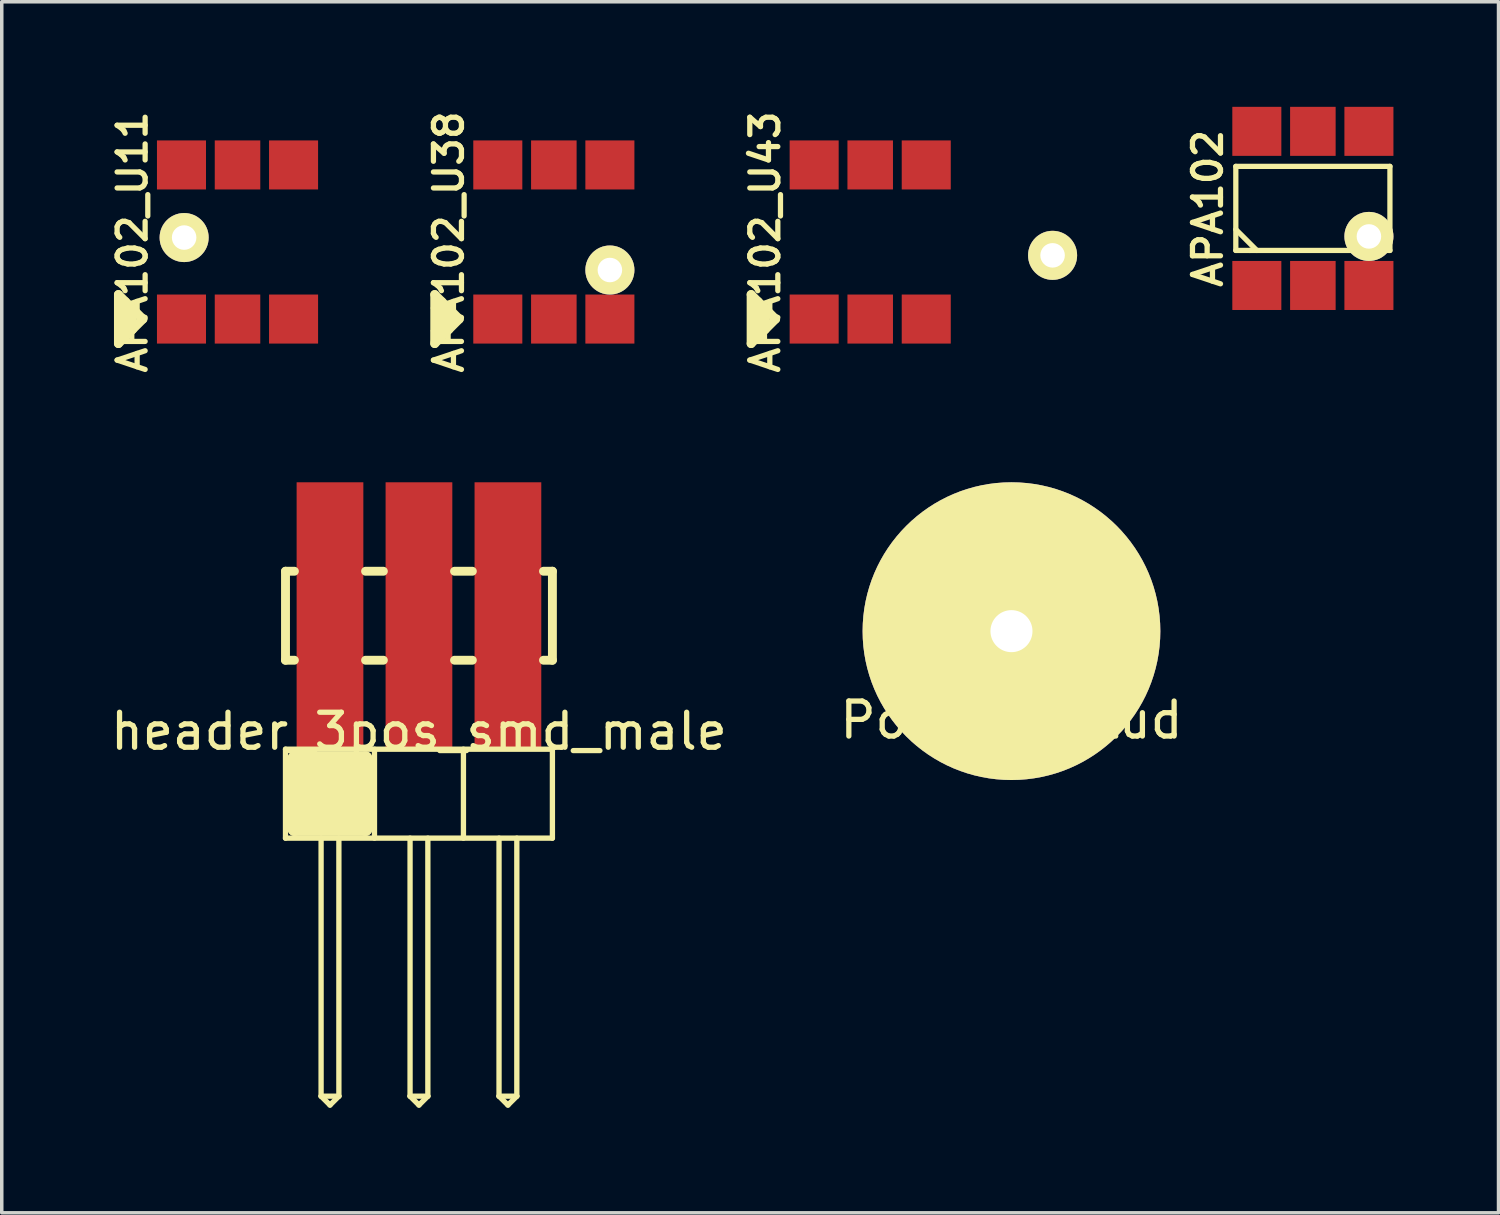
<source format=kicad_pcb>
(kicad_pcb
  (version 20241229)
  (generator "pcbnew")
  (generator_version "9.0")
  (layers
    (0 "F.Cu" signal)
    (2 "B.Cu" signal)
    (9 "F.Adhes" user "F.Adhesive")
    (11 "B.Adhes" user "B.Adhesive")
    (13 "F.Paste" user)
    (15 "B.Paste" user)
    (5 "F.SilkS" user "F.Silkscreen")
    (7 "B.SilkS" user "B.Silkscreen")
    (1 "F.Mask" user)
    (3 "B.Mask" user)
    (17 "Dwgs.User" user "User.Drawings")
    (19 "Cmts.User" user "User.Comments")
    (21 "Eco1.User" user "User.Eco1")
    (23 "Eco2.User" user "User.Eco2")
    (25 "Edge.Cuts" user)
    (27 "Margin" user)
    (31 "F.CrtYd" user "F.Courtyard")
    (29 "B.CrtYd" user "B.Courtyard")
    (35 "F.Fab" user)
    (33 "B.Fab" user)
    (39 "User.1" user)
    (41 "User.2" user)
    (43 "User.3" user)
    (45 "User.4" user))
  (footprint "APA102_U11"
    (layer "F.Cu")
    (at 3.731 3.859)
    (property "Reference" "APA102_U11" (at -3 0 90) (layer "F.SilkS") (effects (font (size 0.8 0.8) (thickness 0.15))))
    (attr through_hole)
    (fp_line (start -3.4 1.5) (end -3.4 2.9) (stroke (width 0.254) (type solid)) (layer "F.SilkS"))
    (fp_line (start -3.4 2.9) (end -2.7 2.2) (stroke (width 0.254) (type solid)) (layer "F.SilkS"))
    (fp_line (start -3.2 1.7) (end -3.2 2.7) (stroke (width 0.254) (type solid)) (layer "F.SilkS"))
    (fp_line (start -3 1.9) (end -3 2.5) (stroke (width 0.254) (type solid)) (layer "F.SilkS"))
    (fp_line (start -2.7 2.2) (end -3.4 1.5) (stroke (width 0.254) (type solid)) (layer "F.SilkS"))
    (pad "1" smd rect (at -1.6 2.2 90) (size 1.4 1.4) (layers "F.Cu" "F.Mask" "F.Paste"))
    (pad "2" smd rect (at 0 2.2 90) (size 1.4 1.3) (layers "F.Cu" "F.Mask" "F.Paste"))
    (pad "3" thru_hole circle (at -1.524 -0.127) (size 1.4 1.4) (drill 0.7) (layers "*.Cu" "*.Mask" "F.SilkS"))
    (pad "3" smd rect (at 1.6 2.2 90) (size 1.4 1.4) (layers "F.Cu" "F.Mask" "F.Paste"))
    (pad "4" smd rect (at 1.6 -2.2 90) (size 1.4 1.4) (layers "F.Cu" "F.Mask" "F.Paste"))
    (pad "5" smd rect (at 0 -2.2 90) (size 1.4 1.3) (layers "F.Cu" "F.Mask" "F.Paste"))
    (pad "6" smd rect (at -1.6 -2.2 90) (size 1.4 1.4) (layers "F.Cu" "F.Mask" "F.Paste")))
  (footprint "APA102"
    (layer "F.Cu")
    (at 34.432 2.9)
    (property "Reference" "APA102" (at -3 0 90) (layer "F.SilkS") (effects (font (size 0.8 0.8) (thickness 0.15))))
    (attr through_hole)
    (fp_line (start -2.2 -1.2) (end -2.2 1.2) (stroke (width 0.15) (type solid)) (layer "F.SilkS"))
    (fp_line (start -2.2 -1.2) (end 2.2 -1.2) (stroke (width 0.15) (type solid)) (layer "F.SilkS"))
    (fp_line (start -2.2 0.6) (end -1.6 1.2) (stroke (width 0.15) (type solid)) (layer "F.SilkS"))
    (fp_line (start -1.8 1.2) (end -2.2 1.2) (stroke (width 0.15) (type solid)) (layer "F.SilkS"))
    (fp_line (start 2.2 -1.2) (end 2.2 1.2) (stroke (width 0.15) (type solid)) (layer "F.SilkS"))
    (fp_line (start 2.2 1.2) (end -1.8 1.2) (stroke (width 0.15) (type solid)) (layer "F.SilkS"))
    (pad "1" smd rect (at -1.6 2.2 90) (size 1.4 1.4) (layers "F.Cu" "F.Mask" "F.Paste"))
    (pad "2" smd rect (at 0 2.2 90) (size 1.4 1.3) (layers "F.Cu" "F.Mask" "F.Paste"))
    (pad "3" thru_hole circle (at 1.6 0.8) (size 1.4 1.4) (drill 0.7) (layers "*.Cu" "*.Mask" "F.SilkS"))
    (pad "3" smd rect (at 1.6 2.2 90) (size 1.4 1.4) (layers "F.Cu" "F.Mask" "F.Paste"))
    (pad "4" smd rect (at 1.6 -2.2 90) (size 1.4 1.4) (layers "F.Cu" "F.Mask" "F.Paste"))
    (pad "5" smd rect (at 0 -2.2 90) (size 1.4 1.3) (layers "F.Cu" "F.Mask" "F.Paste"))
    (pad "6" smd rect (at -1.6 -2.2 90) (size 1.4 1.4) (layers "F.Cu" "F.Mask" "F.Paste")))
  (footprint "APA102_U43"
    (layer "F.Cu")
    (at 21.794 3.859)
    (property "Reference" "APA102_U43" (at -3 0 90) (layer "F.SilkS") (effects (font (size 0.8 0.8) (thickness 0.15))))
    (attr through_hole)
    (fp_line (start -3.4 1.5) (end -3.4 2.9) (stroke (width 0.254) (type solid)) (layer "F.SilkS"))
    (fp_line (start -3.4 2.9) (end -2.7 2.2) (stroke (width 0.254) (type solid)) (layer "F.SilkS"))
    (fp_line (start -3.2 1.7) (end -3.2 2.7) (stroke (width 0.254) (type solid)) (layer "F.SilkS"))
    (fp_line (start -3 1.9) (end -3 2.5) (stroke (width 0.254) (type solid)) (layer "F.SilkS"))
    (fp_line (start -2.7 2.2) (end -3.4 1.5) (stroke (width 0.254) (type solid)) (layer "F.SilkS"))
    (pad "1" smd rect (at -1.6 2.2 90) (size 1.4 1.4) (layers "F.Cu" "F.Mask" "F.Paste"))
    (pad "2" smd rect (at 0 2.2 90) (size 1.4 1.3) (layers "F.Cu" "F.Mask" "F.Paste"))
    (pad "3" smd rect (at 1.6 2.2 90) (size 1.4 1.4) (layers "F.Cu" "F.Mask" "F.Paste"))
    (pad "3" thru_hole circle (at 5.207 0.381) (size 1.4 1.4) (drill 0.7) (layers "*.Cu" "*.Mask" "F.SilkS"))
    (pad "4" smd rect (at 1.6 -2.2 90) (size 1.4 1.4) (layers "F.Cu" "F.Mask" "F.Paste"))
    (pad "5" smd rect (at 0 -2.2 90) (size 1.4 1.3) (layers "F.Cu" "F.Mask" "F.Paste"))
    (pad "6" smd rect (at -1.6 -2.2 90) (size 1.4 1.4) (layers "F.Cu" "F.Mask" "F.Paste")))
  (footprint "header_3pos_smd_male"
    (layer "F.Cu")
    (at 8.911 14.529)
    (property "Reference" "header_3pos_smd_male" (at 0 3.3 0) (layer "F.SilkS") (effects (font (size 1 1) (thickness 0.15))))
    (attr through_hole)
    (fp_line (start -3.81 -1.27) (end -3.81 1.27) (stroke (width 0.254) (type solid)) (layer "F.SilkS"))
    (fp_line (start -3.81 1.27) (end -3.556 1.27) (stroke (width 0.254) (type solid)) (layer "F.SilkS"))
    (fp_line (start -3.81 3.81) (end 3.81 3.81) (stroke (width 0.152) (type solid)) (layer "F.SilkS"))
    (fp_line (start -3.81 6.35) (end -3.81 3.81) (stroke (width 0.152) (type solid)) (layer "F.SilkS"))
    (fp_line (start -3.556 -1.27) (end -3.81 -1.27) (stroke (width 0.254) (type solid)) (layer "F.SilkS"))
    (fp_line (start -3.556 4.064) (end -3.556 4.318) (stroke (width 0.381) (type solid)) (layer "F.SilkS"))
    (fp_line (start -3.556 4.064) (end -1.524 4.064) (stroke (width 0.381) (type solid)) (layer "F.SilkS"))
    (fp_line (start -3.556 4.318) (end -1.778 4.318) (stroke (width 0.381) (type solid)) (layer "F.SilkS"))
    (fp_line (start -3.556 6.096) (end -3.556 4.318) (stroke (width 0.381) (type solid)) (layer "F.SilkS"))
    (fp_line (start -3.302 4.572) (end -2.032 4.572) (stroke (width 0.381) (type solid)) (layer "F.SilkS"))
    (fp_line (start -3.302 5.842) (end -3.302 4.572) (stroke (width 0.381) (type solid)) (layer "F.SilkS"))
    (fp_line (start -3.048 4.826) (end -2.286 4.826) (stroke (width 0.381) (type solid)) (layer "F.SilkS"))
    (fp_line (start -3.048 5.588) (end -3.048 4.826) (stroke (width 0.381) (type solid)) (layer "F.SilkS"))
    (fp_line (start -2.794 5.08) (end -2.54 5.08) (stroke (width 0.381) (type solid)) (layer "F.SilkS"))
    (fp_line (start -2.794 5.334) (end -2.794 5.08) (stroke (width 0.381) (type solid)) (layer "F.SilkS"))
    (fp_line (start -2.794 6.35) (end -2.794 13.716) (stroke (width 0.152) (type solid)) (layer "F.SilkS"))
    (fp_line (start -2.794 13.716) (end -2.54 13.97) (stroke (width 0.152) (type solid)) (layer "F.SilkS"))
    (fp_line (start -2.794 13.716) (end -2.286 13.716) (stroke (width 0.152) (type solid)) (layer "F.SilkS"))
    (fp_line (start -2.54 13.97) (end -2.286 13.716) (stroke (width 0.152) (type solid)) (layer "F.SilkS"))
    (fp_line (start -2.286 4.826) (end -2.286 5.334) (stroke (width 0.381) (type solid)) (layer "F.SilkS"))
    (fp_line (start -2.286 5.334) (end -2.794 5.334) (stroke (width 0.381) (type solid)) (layer "F.SilkS"))
    (fp_line (start -2.286 13.716) (end -2.286 6.35) (stroke (width 0.152) (type solid)) (layer "F.SilkS"))
    (fp_line (start -2.032 4.572) (end -2.032 5.588) (stroke (width 0.381) (type solid)) (layer "F.SilkS"))
    (fp_line (start -2.032 5.588) (end -3.048 5.588) (stroke (width 0.381) (type solid)) (layer "F.SilkS"))
    (fp_line (start -1.778 4.318) (end -1.778 5.842) (stroke (width 0.381) (type solid)) (layer "F.SilkS"))
    (fp_line (start -1.778 5.842) (end -3.302 5.842) (stroke (width 0.381) (type solid)) (layer "F.SilkS"))
    (fp_line (start -1.524 1.27) (end -1.016 1.27) (stroke (width 0.254) (type solid)) (layer "F.SilkS"))
    (fp_line (start -1.524 4.064) (end -1.524 6.096) (stroke (width 0.381) (type solid)) (layer "F.SilkS"))
    (fp_line (start -1.524 6.096) (end -3.556 6.096) (stroke (width 0.381) (type solid)) (layer "F.SilkS"))
    (fp_line (start -1.27 3.81) (end -1.27 6.35) (stroke (width 0.152) (type solid)) (layer "F.SilkS"))
    (fp_line (start -1.016 -1.27) (end -1.524 -1.27) (stroke (width 0.254) (type solid)) (layer "F.SilkS"))
    (fp_line (start -0.254 6.35) (end -0.254 13.716) (stroke (width 0.152) (type solid)) (layer "F.SilkS"))
    (fp_line (start -0.254 13.716) (end 0 13.97) (stroke (width 0.152) (type solid)) (layer "F.SilkS"))
    (fp_line (start -0.254 13.716) (end 0.254 13.716) (stroke (width 0.152) (type solid)) (layer "F.SilkS"))
    (fp_line (start 0 13.97) (end 0.254 13.716) (stroke (width 0.152) (type solid)) (layer "F.SilkS"))
    (fp_line (start 0.254 13.716) (end 0.254 6.35) (stroke (width 0.152) (type solid)) (layer "F.SilkS"))
    (fp_line (start 1.016 1.27) (end 1.524 1.27) (stroke (width 0.254) (type solid)) (layer "F.SilkS"))
    (fp_line (start 1.27 3.81) (end 1.27 6.35) (stroke (width 0.152) (type solid)) (layer "F.SilkS"))
    (fp_line (start 1.524 -1.27) (end 1.016 -1.27) (stroke (width 0.254) (type solid)) (layer "F.SilkS"))
    (fp_line (start 2.286 6.35) (end 2.286 13.716) (stroke (width 0.152) (type solid)) (layer "F.SilkS"))
    (fp_line (start 2.286 13.716) (end 2.54 13.97) (stroke (width 0.152) (type solid)) (layer "F.SilkS"))
    (fp_line (start 2.286 13.716) (end 2.794 13.716) (stroke (width 0.152) (type solid)) (layer "F.SilkS"))
    (fp_line (start 2.54 13.97) (end 2.794 13.716) (stroke (width 0.152) (type solid)) (layer "F.SilkS"))
    (fp_line (start 2.794 13.716) (end 2.794 6.35) (stroke (width 0.152) (type solid)) (layer "F.SilkS"))
    (fp_line (start 3.556 1.27) (end 3.81 1.27) (stroke (width 0.254) (type solid)) (layer "F.SilkS"))
    (fp_line (start 3.81 -1.27) (end 3.556 -1.27) (stroke (width 0.254) (type solid)) (layer "F.SilkS"))
    (fp_line (start 3.81 1.27) (end 3.81 -1.27) (stroke (width 0.254) (type solid)) (layer "F.SilkS"))
    (fp_line (start 3.81 3.81) (end 3.81 6.35) (stroke (width 0.152) (type solid)) (layer "F.SilkS"))
    (fp_line (start 3.81 6.35) (end -3.81 6.35) (stroke (width 0.152) (type solid)) (layer "F.SilkS"))
    (pad "1" smd rect (at -2.54 0) (size 1.905 7.62) (layers "F.Cu" "F.Mask" "F.Paste"))
    (pad "2" smd rect (at 0 0) (size 1.905 7.62) (layers "F.Cu" "F.Mask" "F.Paste"))
    (pad "3" smd rect (at 2.54 0) (size 1.905 7.62) (layers "F.Cu" "F.Mask" "F.Paste")))
  (footprint "PowerIn_stud"
    (layer "F.Cu")
    (at 25.827 14.969)
    (property "Reference" "PowerIn_stud" (at 0 2.54 0) (layer "F.SilkS") (effects (font (size 1 1) (thickness 0.15))))
    (attr through_hole)
    (pad "1" thru_hole circle (at 0 0) (size 8.5 8.5) (drill 1.2) (layers "F.Cu" "F.Mask" "F.SilkS")))
  (footprint "APA102_U38"
    (layer "F.Cu")
    (at 12.762 3.859)
    (property "Reference" "APA102_U38" (at -3 0 90) (layer "F.SilkS") (effects (font (size 0.8 0.8) (thickness 0.15))))
    (attr through_hole)
    (fp_line (start -3.4 1.5) (end -3.4 2.9) (stroke (width 0.254) (type solid)) (layer "F.SilkS"))
    (fp_line (start -3.4 2.9) (end -2.7 2.2) (stroke (width 0.254) (type solid)) (layer "F.SilkS"))
    (fp_line (start -3.2 1.7) (end -3.2 2.7) (stroke (width 0.254) (type solid)) (layer "F.SilkS"))
    (fp_line (start -3 1.9) (end -3 2.5) (stroke (width 0.254) (type solid)) (layer "F.SilkS"))
    (fp_line (start -2.7 2.2) (end -3.4 1.5) (stroke (width 0.254) (type solid)) (layer "F.SilkS"))
    (pad "1" smd rect (at -1.6 2.2 90) (size 1.4 1.4) (layers "F.Cu" "F.Mask" "F.Paste"))
    (pad "2" smd rect (at 0 2.2 90) (size 1.4 1.3) (layers "F.Cu" "F.Mask" "F.Paste"))
    (pad "3" thru_hole circle (at 1.6 0.8) (size 1.4 1.4) (drill 0.7) (layers "*.Cu" "*.Mask" "F.SilkS"))
    (pad "3" smd rect (at 1.6 2.2 90) (size 1.4 1.4) (layers "F.Cu" "F.Mask" "F.Paste"))
    (pad "4" smd rect (at 1.6 -2.2 90) (size 1.4 1.4) (layers "F.Cu" "F.Mask" "F.Paste"))
    (pad "5" smd rect (at 0 -2.2 90) (size 1.4 1.3) (layers "F.Cu" "F.Mask" "F.Paste"))
    (pad "6" smd rect (at -1.6 -2.2 90) (size 1.4 1.4) (layers "F.Cu" "F.Mask" "F.Paste")))
  (gr_rect
    (start -3 -3)
    (end 39.732 31.575)
    (stroke (width 0.1) (type default))
    (fill no)
    (layer "Edge.Cuts")))
</source>
